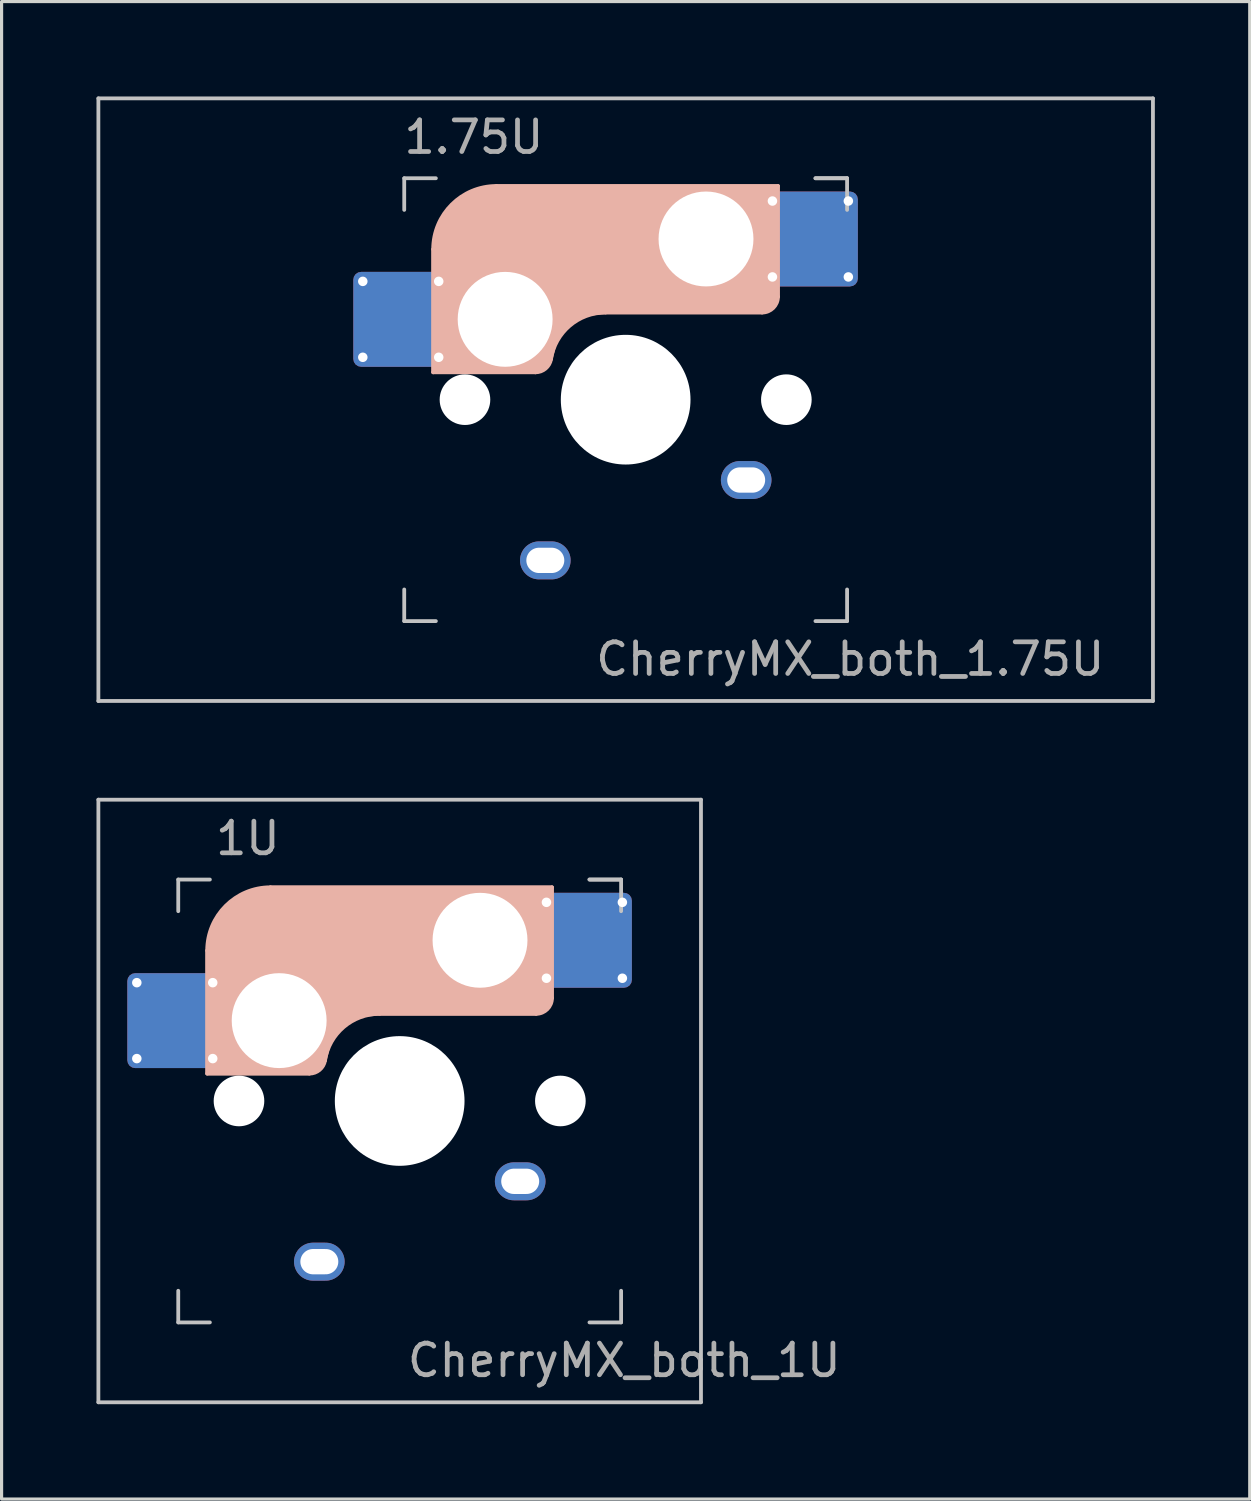
<source format=kicad_pcb>
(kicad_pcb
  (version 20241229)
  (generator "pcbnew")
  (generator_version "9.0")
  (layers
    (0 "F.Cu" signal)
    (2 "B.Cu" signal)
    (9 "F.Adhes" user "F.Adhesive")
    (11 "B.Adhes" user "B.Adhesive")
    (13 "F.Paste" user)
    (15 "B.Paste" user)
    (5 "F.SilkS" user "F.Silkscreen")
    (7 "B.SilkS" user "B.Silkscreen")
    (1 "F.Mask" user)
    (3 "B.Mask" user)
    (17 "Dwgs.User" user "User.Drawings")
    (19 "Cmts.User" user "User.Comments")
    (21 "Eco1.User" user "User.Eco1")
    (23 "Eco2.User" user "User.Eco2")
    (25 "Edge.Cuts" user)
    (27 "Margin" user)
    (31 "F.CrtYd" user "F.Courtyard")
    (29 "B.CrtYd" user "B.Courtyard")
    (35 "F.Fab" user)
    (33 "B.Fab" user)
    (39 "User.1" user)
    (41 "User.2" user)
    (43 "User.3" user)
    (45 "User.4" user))
  (footprint "CherryMX_both_1U"
    (layer "F.Cu")
    (at 9.585 31.755)
    (property "Reference" "CherryMX_both_1U" (at 7.1 8.2 0) (layer "F.Fab") (effects (font (size 1 1) (thickness 0.15))))
    (attr through_hole)
    (fp_line (start -8.11 -1.74) (end -8.11 -3.34) (stroke (width 0.12) (type solid)) (layer "B.Mask"))
    (fp_line (start -7.91 -3.54) (end -6.31 -3.54) (stroke (width 0.12) (type solid)) (layer "B.Mask"))
    (fp_line (start -6.31 -1.54) (end -7.91 -1.54) (stroke (width 0.12) (type solid)) (layer "B.Mask"))
    (fp_line (start -6.11 -3.34) (end -6.11 -1.74) (stroke (width 0.12) (type solid)) (layer "B.Mask"))
    (fp_line (start 4.84 -5.88) (end 4.84 -4.28) (stroke (width 0.12) (type solid)) (layer "B.Mask"))
    (fp_line (start 5.04 -6.08) (end 6.64 -6.08) (stroke (width 0.12) (type solid)) (layer "B.Mask"))
    (fp_line (start 5.04 -4.08) (end 6.64 -4.08) (stroke (width 0.12) (type solid)) (layer "B.Mask"))
    (fp_line (start 6.84 -4.28) (end 6.84 -5.88) (stroke (width 0.12) (type solid)) (layer "B.Mask"))
    (fp_arc (start -8.11 -3.34) (mid -8.051421 -3.481421) (end -7.91 -3.54) (stroke (width 0.12) (type solid)) (layer "B.Mask"))
    (fp_arc (start -7.91 -1.54) (mid -8.051421 -1.598579) (end -8.11 -1.74) (stroke (width 0.12) (type solid)) (layer "B.Mask"))
    (fp_arc (start -6.31 -3.54) (mid -6.168579 -3.481421) (end -6.11 -3.34) (stroke (width 0.12) (type solid)) (layer "B.Mask"))
    (fp_arc (start -6.11 -1.74) (mid -6.168579 -1.598579) (end -6.31 -1.54) (stroke (width 0.12) (type solid)) (layer "B.Mask"))
    (fp_arc (start 4.84 -5.88) (mid 4.898579 -6.021421) (end 5.04 -6.08) (stroke (width 0.12) (type solid)) (layer "B.Mask"))
    (fp_arc (start 5.04 -4.08) (mid 4.898579 -4.138579) (end 4.84 -4.28) (stroke (width 0.12) (type solid)) (layer "B.Mask"))
    (fp_arc (start 6.64 -6.08) (mid 6.781421 -6.021421) (end 6.84 -5.88) (stroke (width 0.12) (type solid)) (layer "B.Mask"))
    (fp_arc (start 6.84 -4.28) (mid 6.781421 -4.138579) (end 6.64 -4.08) (stroke (width 0.12) (type solid)) (layer "B.Mask"))
    (fp_poly (pts (xy -6.11 -3.34) (xy -6.11 -1.74) (xy -6.31 -1.54) (xy -7.91 -1.54) (xy -8.11 -1.74) (xy -8.11 -3.34) (xy -7.91 -3.54) (xy -6.31 -3.54)) (stroke (width 0.1) (type solid)) (fill yes) (layer "B.Mask"))
    (fp_poly (pts (xy 6.84 -5.88) (xy 6.84 -4.28) (xy 6.64 -4.08) (xy 5.04 -4.08) (xy 4.84 -4.28) (xy 4.84 -5.88) (xy 5.04 -6.08) (xy 6.64 -6.08)) (stroke (width 0.1) (type solid)) (fill yes) (layer "B.Mask"))
    (fp_line (start -6.085 -0.865) (end -6.085 -4.755) (stroke (width 0.12) (type solid)) (layer "B.SilkS"))
    (fp_line (start -4.085 -6.755) (end 4.815 -6.755) (stroke (width 0.12) (type solid)) (layer "B.SilkS"))
    (fp_line (start -2.852 -0.865) (end -6.085 -0.865) (stroke (width 0.12) (type solid)) (layer "B.SilkS"))
    (fp_line (start -0.635 -2.755) (end 4.315 -2.755) (stroke (width 0.12) (type solid)) (layer "B.SilkS"))
    (fp_line (start 4.815 -6.755) (end 4.815 -3.255) (stroke (width 0.12) (type solid)) (layer "B.SilkS"))
    (fp_arc (start -6.085 -4.755) (mid -5.499214 -6.169214) (end -4.085 -6.755) (stroke (width 0.12) (type solid)) (layer "B.SilkS"))
    (fp_arc (start -2.360959 -1.278326) (mid -1.770727 -2.335454) (end -0.635 -2.755) (stroke (width 0.12) (type solid)) (layer "B.SilkS"))
    (fp_arc (start -2.36 -1.278176) (mid -2.53101 -0.981978) (end -2.852404 -0.865) (stroke (width 0.12) (type solid)) (layer "B.SilkS"))
    (fp_arc (start 4.815 -3.255) (mid 4.668553 -2.901447) (end 4.315 -2.755) (stroke (width 0.12) (type solid)) (layer "B.SilkS"))
    (fp_poly (pts (xy 4.815 -3.255) (xy 4.633 -2.937) (xy 4.315 -2.755) (xy -0.635 -2.755) (xy -1.259 -2.696) (xy -1.805 -2.376) (xy -2.207 -1.885) (xy -2.361 -1.278) (xy -2.563 -1.02) (xy -2.852 -0.865) (xy -6.085 -0.865) (xy -6.085 -4.755) (xy -5.887 -5.501) (xy -5.464 -6.134) (xy -4.831 -6.557) (xy -4.085 -6.755) (xy 4.815 -6.755)) (stroke (width 0.1) (type solid)) (fill yes) (layer "B.SilkS"))
    (fp_line (start -8.11 -1.74) (end -8.11 -3.34) (stroke (width 0.12) (type solid)) (layer "B.Paste"))
    (fp_line (start -7.91 -3.54) (end -6.31 -3.54) (stroke (width 0.12) (type solid)) (layer "B.Paste"))
    (fp_line (start -6.31 -1.54) (end -7.91 -1.54) (stroke (width 0.12) (type solid)) (layer "B.Paste"))
    (fp_line (start -6.11 -3.34) (end -6.11 -1.74) (stroke (width 0.12) (type solid)) (layer "B.Paste"))
    (fp_line (start 4.84 -5.88) (end 4.84 -4.28) (stroke (width 0.12) (type solid)) (layer "B.Paste"))
    (fp_line (start 5.04 -6.08) (end 6.64 -6.08) (stroke (width 0.12) (type solid)) (layer "B.Paste"))
    (fp_line (start 5.04 -4.08) (end 6.64 -4.08) (stroke (width 0.12) (type solid)) (layer "B.Paste"))
    (fp_line (start 6.84 -4.28) (end 6.84 -5.88) (stroke (width 0.12) (type solid)) (layer "B.Paste"))
    (fp_arc (start -8.11 -3.34) (mid -8.051421 -3.481421) (end -7.91 -3.54) (stroke (width 0.12) (type solid)) (layer "B.Paste"))
    (fp_arc (start -7.91 -1.54) (mid -8.051421 -1.598579) (end -8.11 -1.74) (stroke (width 0.12) (type solid)) (layer "B.Paste"))
    (fp_arc (start -6.31 -3.54) (mid -6.168579 -3.481421) (end -6.11 -3.34) (stroke (width 0.12) (type solid)) (layer "B.Paste"))
    (fp_arc (start -6.11 -1.74) (mid -6.168579 -1.598579) (end -6.31 -1.54) (stroke (width 0.12) (type solid)) (layer "B.Paste"))
    (fp_arc (start 4.84 -5.88) (mid 4.898579 -6.021421) (end 5.04 -6.08) (stroke (width 0.12) (type solid)) (layer "B.Paste"))
    (fp_arc (start 5.04 -4.08) (mid 4.898579 -4.138579) (end 4.84 -4.28) (stroke (width 0.12) (type solid)) (layer "B.Paste"))
    (fp_arc (start 6.64 -6.08) (mid 6.781421 -6.021421) (end 6.84 -5.88) (stroke (width 0.12) (type solid)) (layer "B.Paste"))
    (fp_arc (start 6.84 -4.28) (mid 6.781421 -4.138579) (end 6.64 -4.08) (stroke (width 0.12) (type solid)) (layer "B.Paste"))
    (fp_poly (pts (xy -6.11 -3.34) (xy -6.11 -1.74) (xy -6.31 -1.54) (xy -7.91 -1.54) (xy -8.11 -1.74) (xy -8.11 -3.34) (xy -7.91 -3.54) (xy -6.31 -3.54)) (stroke (width 0.1) (type solid)) (fill yes) (layer "B.Paste"))
    (fp_poly (pts (xy 6.84 -5.88) (xy 6.84 -4.28) (xy 6.64 -4.08) (xy 5.04 -4.08) (xy 4.84 -4.28) (xy 4.84 -5.88) (xy 5.04 -6.08) (xy 6.64 -6.08)) (stroke (width 0.1) (type solid)) (fill yes) (layer "B.Paste"))
    (fp_line (start -9.525 -9.525) (end 9.525 -9.525) (stroke (width 0.12) (type solid)) (layer "Dwgs.User"))
    (fp_line (start -9.525 9.525) (end -9.525 -9.525) (stroke (width 0.12) (type solid)) (layer "Dwgs.User"))
    (fp_line (start -7 -7) (end -7 -6) (stroke (width 0.12) (type solid)) (layer "Dwgs.User"))
    (fp_line (start -7 -7) (end -6 -7) (stroke (width 0.12) (type solid)) (layer "Dwgs.User"))
    (fp_line (start -7 7) (end -7 6) (stroke (width 0.12) (type solid)) (layer "Dwgs.User"))
    (fp_line (start -7 7) (end -6 7) (stroke (width 0.12) (type solid)) (layer "Dwgs.User"))
    (fp_line (start 6 -7) (end 7 -7) (stroke (width 0.12) (type solid)) (layer "Dwgs.User"))
    (fp_line (start 7 -7) (end 6 -7) (stroke (width 0.12) (type solid)) (layer "Dwgs.User"))
    (fp_line (start 7 -7) (end 7 -6) (stroke (width 0.12) (type solid)) (layer "Dwgs.User"))
    (fp_line (start 7 7) (end 6 7) (stroke (width 0.12) (type solid)) (layer "Dwgs.User"))
    (fp_line (start 7 7) (end 7 6) (stroke (width 0.12) (type solid)) (layer "Dwgs.User"))
    (fp_line (start 9.525 -9.525) (end 9.525 9.525) (stroke (width 0.12) (type solid)) (layer "Dwgs.User"))
    (fp_line (start 9.525 9.525) (end -9.525 9.525) (stroke (width 0.12) (type solid)) (layer "Dwgs.User"))
    (fp_text user "1U" (at -4.8 -8.3 0) (layer "F.Fab") (effects (font (size 1 1) (thickness 0.15))))
    (pad "" np_thru_hole circle (at -5.08 0) (size 1.6 1.6) (drill 1.6) (layers "*.Cu" "*.Mask"))
    (pad "" np_thru_hole circle (at -3.81 -2.54) (size 3 3) (drill 3) (layers "*.Cu" "*.Mask"))
    (pad "" np_thru_hole circle (at 0 0 180) (size 4.1 4.1) (drill 4.1) (layers "*.Cu" "*.Mask"))
    (pad "" np_thru_hole circle (at 2.54 -5.08) (size 3 3) (drill 3) (layers "*.Cu" "*.Mask"))
    (pad "" np_thru_hole circle (at 5.08 0) (size 1.6 1.6) (drill 1.6) (layers "*.Cu" "*.Mask"))
    (pad "1" thru_hole circle (at -8.31 -3.74) (size 0.5 0.5) (drill 0.3) (layers "*.Cu"))
    (pad "1" thru_hole circle (at -8.31 -1.34) (size 0.5 0.5) (drill 0.3) (layers "*.Cu"))
    (pad "1" smd roundrect (at -7.11 -2.54) (size 3 3) (layers "F.Cu") (roundrect_rratio 0.083))
    (pad "1" smd roundrect (at -7.11 -2.54 180) (size 3 3) (layers "B.Cu") (roundrect_rratio 0.083))
    (pad "1" thru_hole circle (at -5.91 -3.74) (size 0.5 0.5) (drill 0.3) (layers "*.Cu"))
    (pad "1" thru_hole circle (at -5.91 -1.34) (size 0.5 0.5) (drill 0.3) (layers "*.Cu"))
    (pad "1" thru_hole oval (at -2.54 5.08 180) (size 1.6 1.2) (drill oval 1.2 0.8) (layers "*.Cu" "*.Mask"))
    (pad "2" thru_hole oval (at 3.81 2.54 180) (size 1.6 1.2) (drill oval 1.2 0.8) (layers "*.Cu" "*.Mask"))
    (pad "2" thru_hole circle (at 4.64 -6.28 180) (size 0.5 0.5) (drill 0.3) (layers "*.Cu"))
    (pad "2" thru_hole circle (at 4.64 -3.88 180) (size 0.5 0.5) (drill 0.3) (layers "*.Cu"))
    (pad "2" smd roundrect (at 5.84 -5.08 180) (size 3 3) (layers "F.Cu") (roundrect_rratio 0.083))
    (pad "2" smd roundrect (at 5.84 -5.08 180) (size 3 3) (layers "B.Cu") (roundrect_rratio 0.083))
    (pad "2" thru_hole circle (at 7.04 -6.28 180) (size 0.5 0.5) (drill 0.3) (layers "*.Cu"))
    (pad "2" thru_hole circle (at 7.04 -3.88 180) (size 0.5 0.5) (drill 0.3) (layers "*.Cu")))
  (footprint "CherryMX_both_1.75U"
    (layer "F.Cu")
    (at 16.729 9.585)
    (property "Reference" "CherryMX_both_1.75U" (at 7.1 8.2 0) (layer "F.Fab") (effects (font (size 1 1) (thickness 0.15))))
    (attr through_hole)
    (fp_line (start -8.11 -1.74) (end -8.11 -3.34) (stroke (width 0.12) (type solid)) (layer "B.Mask"))
    (fp_line (start -7.91 -3.54) (end -6.31 -3.54) (stroke (width 0.12) (type solid)) (layer "B.Mask"))
    (fp_line (start -6.31 -1.54) (end -7.91 -1.54) (stroke (width 0.12) (type solid)) (layer "B.Mask"))
    (fp_line (start -6.11 -3.34) (end -6.11 -1.74) (stroke (width 0.12) (type solid)) (layer "B.Mask"))
    (fp_line (start 4.84 -5.88) (end 4.84 -4.28) (stroke (width 0.12) (type solid)) (layer "B.Mask"))
    (fp_line (start 5.04 -6.08) (end 6.64 -6.08) (stroke (width 0.12) (type solid)) (layer "B.Mask"))
    (fp_line (start 5.04 -4.08) (end 6.64 -4.08) (stroke (width 0.12) (type solid)) (layer "B.Mask"))
    (fp_line (start 6.84 -4.28) (end 6.84 -5.88) (stroke (width 0.12) (type solid)) (layer "B.Mask"))
    (fp_arc (start -8.11 -3.34) (mid -8.051421 -3.481421) (end -7.91 -3.54) (stroke (width 0.12) (type solid)) (layer "B.Mask"))
    (fp_arc (start -7.91 -1.54) (mid -8.051421 -1.598579) (end -8.11 -1.74) (stroke (width 0.12) (type solid)) (layer "B.Mask"))
    (fp_arc (start -6.31 -3.54) (mid -6.168579 -3.481421) (end -6.11 -3.34) (stroke (width 0.12) (type solid)) (layer "B.Mask"))
    (fp_arc (start -6.11 -1.74) (mid -6.168579 -1.598579) (end -6.31 -1.54) (stroke (width 0.12) (type solid)) (layer "B.Mask"))
    (fp_arc (start 4.84 -5.88) (mid 4.898579 -6.021421) (end 5.04 -6.08) (stroke (width 0.12) (type solid)) (layer "B.Mask"))
    (fp_arc (start 5.04 -4.08) (mid 4.898579 -4.138579) (end 4.84 -4.28) (stroke (width 0.12) (type solid)) (layer "B.Mask"))
    (fp_arc (start 6.64 -6.08) (mid 6.781421 -6.021421) (end 6.84 -5.88) (stroke (width 0.12) (type solid)) (layer "B.Mask"))
    (fp_arc (start 6.84 -4.28) (mid 6.781421 -4.138579) (end 6.64 -4.08) (stroke (width 0.12) (type solid)) (layer "B.Mask"))
    (fp_poly (pts (xy -6.11 -3.34) (xy -6.11 -1.74) (xy -6.31 -1.54) (xy -7.91 -1.54) (xy -8.11 -1.74) (xy -8.11 -3.34) (xy -7.91 -3.54) (xy -6.31 -3.54)) (stroke (width 0.1) (type solid)) (fill yes) (layer "B.Mask"))
    (fp_poly (pts (xy 6.84 -5.88) (xy 6.84 -4.28) (xy 6.64 -4.08) (xy 5.04 -4.08) (xy 4.84 -4.28) (xy 4.84 -5.88) (xy 5.04 -6.08) (xy 6.64 -6.08)) (stroke (width 0.1) (type solid)) (fill yes) (layer "B.Mask"))
    (fp_line (start -6.085 -0.865) (end -6.085 -4.755) (stroke (width 0.12) (type solid)) (layer "B.SilkS"))
    (fp_line (start -4.085 -6.755) (end 4.815 -6.755) (stroke (width 0.12) (type solid)) (layer "B.SilkS"))
    (fp_line (start -2.852 -0.865) (end -6.085 -0.865) (stroke (width 0.12) (type solid)) (layer "B.SilkS"))
    (fp_line (start -0.635 -2.755) (end 4.315 -2.755) (stroke (width 0.12) (type solid)) (layer "B.SilkS"))
    (fp_line (start 4.815 -6.755) (end 4.815 -3.255) (stroke (width 0.12) (type solid)) (layer "B.SilkS"))
    (fp_arc (start -6.085 -4.755) (mid -5.499214 -6.169214) (end -4.085 -6.755) (stroke (width 0.12) (type solid)) (layer "B.SilkS"))
    (fp_arc (start -2.360959 -1.278326) (mid -1.770727 -2.335454) (end -0.635 -2.755) (stroke (width 0.12) (type solid)) (layer "B.SilkS"))
    (fp_arc (start -2.36 -1.278176) (mid -2.53101 -0.981978) (end -2.852404 -0.865) (stroke (width 0.12) (type solid)) (layer "B.SilkS"))
    (fp_arc (start 4.815 -3.255) (mid 4.668553 -2.901447) (end 4.315 -2.755) (stroke (width 0.12) (type solid)) (layer "B.SilkS"))
    (fp_poly (pts (xy 4.815 -3.255) (xy 4.633 -2.937) (xy 4.315 -2.755) (xy -0.635 -2.755) (xy -1.259 -2.696) (xy -1.805 -2.376) (xy -2.207 -1.885) (xy -2.361 -1.278) (xy -2.563 -1.02) (xy -2.852 -0.865) (xy -6.085 -0.865) (xy -6.085 -4.755) (xy -5.887 -5.501) (xy -5.464 -6.134) (xy -4.831 -6.557) (xy -4.085 -6.755) (xy 4.815 -6.755)) (stroke (width 0.1) (type solid)) (fill yes) (layer "B.SilkS"))
    (fp_line (start -8.11 -1.74) (end -8.11 -3.34) (stroke (width 0.12) (type solid)) (layer "B.Paste"))
    (fp_line (start -7.91 -3.54) (end -6.31 -3.54) (stroke (width 0.12) (type solid)) (layer "B.Paste"))
    (fp_line (start -6.31 -1.54) (end -7.91 -1.54) (stroke (width 0.12) (type solid)) (layer "B.Paste"))
    (fp_line (start -6.11 -3.34) (end -6.11 -1.74) (stroke (width 0.12) (type solid)) (layer "B.Paste"))
    (fp_line (start 4.84 -5.88) (end 4.84 -4.28) (stroke (width 0.12) (type solid)) (layer "B.Paste"))
    (fp_line (start 5.04 -6.08) (end 6.64 -6.08) (stroke (width 0.12) (type solid)) (layer "B.Paste"))
    (fp_line (start 5.04 -4.08) (end 6.64 -4.08) (stroke (width 0.12) (type solid)) (layer "B.Paste"))
    (fp_line (start 6.84 -4.28) (end 6.84 -5.88) (stroke (width 0.12) (type solid)) (layer "B.Paste"))
    (fp_arc (start -8.11 -3.34) (mid -8.051421 -3.481421) (end -7.91 -3.54) (stroke (width 0.12) (type solid)) (layer "B.Paste"))
    (fp_arc (start -7.91 -1.54) (mid -8.051421 -1.598579) (end -8.11 -1.74) (stroke (width 0.12) (type solid)) (layer "B.Paste"))
    (fp_arc (start -6.31 -3.54) (mid -6.168579 -3.481421) (end -6.11 -3.34) (stroke (width 0.12) (type solid)) (layer "B.Paste"))
    (fp_arc (start -6.11 -1.74) (mid -6.168579 -1.598579) (end -6.31 -1.54) (stroke (width 0.12) (type solid)) (layer "B.Paste"))
    (fp_arc (start 4.84 -5.88) (mid 4.898579 -6.021421) (end 5.04 -6.08) (stroke (width 0.12) (type solid)) (layer "B.Paste"))
    (fp_arc (start 5.04 -4.08) (mid 4.898579 -4.138579) (end 4.84 -4.28) (stroke (width 0.12) (type solid)) (layer "B.Paste"))
    (fp_arc (start 6.64 -6.08) (mid 6.781421 -6.021421) (end 6.84 -5.88) (stroke (width 0.12) (type solid)) (layer "B.Paste"))
    (fp_arc (start 6.84 -4.28) (mid 6.781421 -4.138579) (end 6.64 -4.08) (stroke (width 0.12) (type solid)) (layer "B.Paste"))
    (fp_poly (pts (xy -6.11 -3.34) (xy -6.11 -1.74) (xy -6.31 -1.54) (xy -7.91 -1.54) (xy -8.11 -1.74) (xy -8.11 -3.34) (xy -7.91 -3.54) (xy -6.31 -3.54)) (stroke (width 0.1) (type solid)) (fill yes) (layer "B.Paste"))
    (fp_poly (pts (xy 6.84 -5.88) (xy 6.84 -4.28) (xy 6.64 -4.08) (xy 5.04 -4.08) (xy 4.84 -4.28) (xy 4.84 -5.88) (xy 5.04 -6.08) (xy 6.64 -6.08)) (stroke (width 0.1) (type solid)) (fill yes) (layer "B.Paste"))
    (fp_line (start -16.669 -9.525) (end 16.669 -9.525) (stroke (width 0.12) (type solid)) (layer "Dwgs.User"))
    (fp_line (start -16.669 9.525) (end -16.669 -9.525) (stroke (width 0.12) (type solid)) (layer "Dwgs.User"))
    (fp_line (start -7 -7) (end -7 -6) (stroke (width 0.12) (type solid)) (layer "Dwgs.User"))
    (fp_line (start -7 -7) (end -6 -7) (stroke (width 0.12) (type solid)) (layer "Dwgs.User"))
    (fp_line (start -7 7) (end -7 6) (stroke (width 0.12) (type solid)) (layer "Dwgs.User"))
    (fp_line (start -7 7) (end -6 7) (stroke (width 0.12) (type solid)) (layer "Dwgs.User"))
    (fp_line (start 6 -7) (end 7 -7) (stroke (width 0.12) (type solid)) (layer "Dwgs.User"))
    (fp_line (start 7 -7) (end 6 -7) (stroke (width 0.12) (type solid)) (layer "Dwgs.User"))
    (fp_line (start 7 -7) (end 7 -6) (stroke (width 0.12) (type solid)) (layer "Dwgs.User"))
    (fp_line (start 7 7) (end 6 7) (stroke (width 0.12) (type solid)) (layer "Dwgs.User"))
    (fp_line (start 7 7) (end 7 6) (stroke (width 0.12) (type solid)) (layer "Dwgs.User"))
    (fp_line (start 16.669 -9.525) (end 16.669 9.525) (stroke (width 0.12) (type solid)) (layer "Dwgs.User"))
    (fp_line (start 16.669 9.525) (end -16.669 9.525) (stroke (width 0.12) (type solid)) (layer "Dwgs.User"))
    (fp_text user "1.75U" (at -4.8 -8.3 0) (layer "F.Fab") (effects (font (size 1 1) (thickness 0.15))))
    (pad "" np_thru_hole circle (at -5.08 0) (size 1.6 1.6) (drill 1.6) (layers "*.Cu" "*.Mask"))
    (pad "" np_thru_hole circle (at -3.81 -2.54) (size 3 3) (drill 3) (layers "*.Cu" "*.Mask"))
    (pad "" np_thru_hole circle (at 0 0 180) (size 4.1 4.1) (drill 4.1) (layers "*.Cu" "*.Mask"))
    (pad "" np_thru_hole circle (at 2.54 -5.08) (size 3 3) (drill 3) (layers "*.Cu" "*.Mask"))
    (pad "" np_thru_hole circle (at 5.08 0) (size 1.6 1.6) (drill 1.6) (layers "*.Cu" "*.Mask"))
    (pad "1" thru_hole circle (at -8.31 -3.74) (size 0.5 0.5) (drill 0.3) (layers "*.Cu"))
    (pad "1" thru_hole circle (at -8.31 -1.34) (size 0.5 0.5) (drill 0.3) (layers "*.Cu"))
    (pad "1" smd roundrect (at -7.11 -2.54) (size 3 3) (layers "F.Cu") (roundrect_rratio 0.083))
    (pad "1" smd roundrect (at -7.11 -2.54 180) (size 3 3) (layers "B.Cu") (roundrect_rratio 0.083))
    (pad "1" thru_hole circle (at -5.91 -3.74) (size 0.5 0.5) (drill 0.3) (layers "*.Cu"))
    (pad "1" thru_hole circle (at -5.91 -1.34) (size 0.5 0.5) (drill 0.3) (layers "*.Cu"))
    (pad "1" thru_hole oval (at -2.54 5.08 180) (size 1.6 1.2) (drill oval 1.2 0.8) (layers "*.Cu" "*.Mask"))
    (pad "2" thru_hole oval (at 3.81 2.54 180) (size 1.6 1.2) (drill oval 1.2 0.8) (layers "*.Cu" "*.Mask"))
    (pad "2" thru_hole circle (at 4.64 -6.28 180) (size 0.5 0.5) (drill 0.3) (layers "*.Cu"))
    (pad "2" thru_hole circle (at 4.64 -3.88 180) (size 0.5 0.5) (drill 0.3) (layers "*.Cu"))
    (pad "2" smd roundrect (at 5.84 -5.08 180) (size 3 3) (layers "F.Cu") (roundrect_rratio 0.083))
    (pad "2" smd roundrect (at 5.84 -5.08 180) (size 3 3) (layers "B.Cu") (roundrect_rratio 0.083))
    (pad "2" thru_hole circle (at 7.04 -6.28 180) (size 0.5 0.5) (drill 0.3) (layers "*.Cu"))
    (pad "2" thru_hole circle (at 7.04 -3.88 180) (size 0.5 0.5) (drill 0.3) (layers "*.Cu")))
  (gr_rect
    (start -3 -3)
    (end 36.458 44.34)
    (stroke (width 0.1) (type default))
    (fill no)
    (layer "Edge.Cuts")))
</source>
